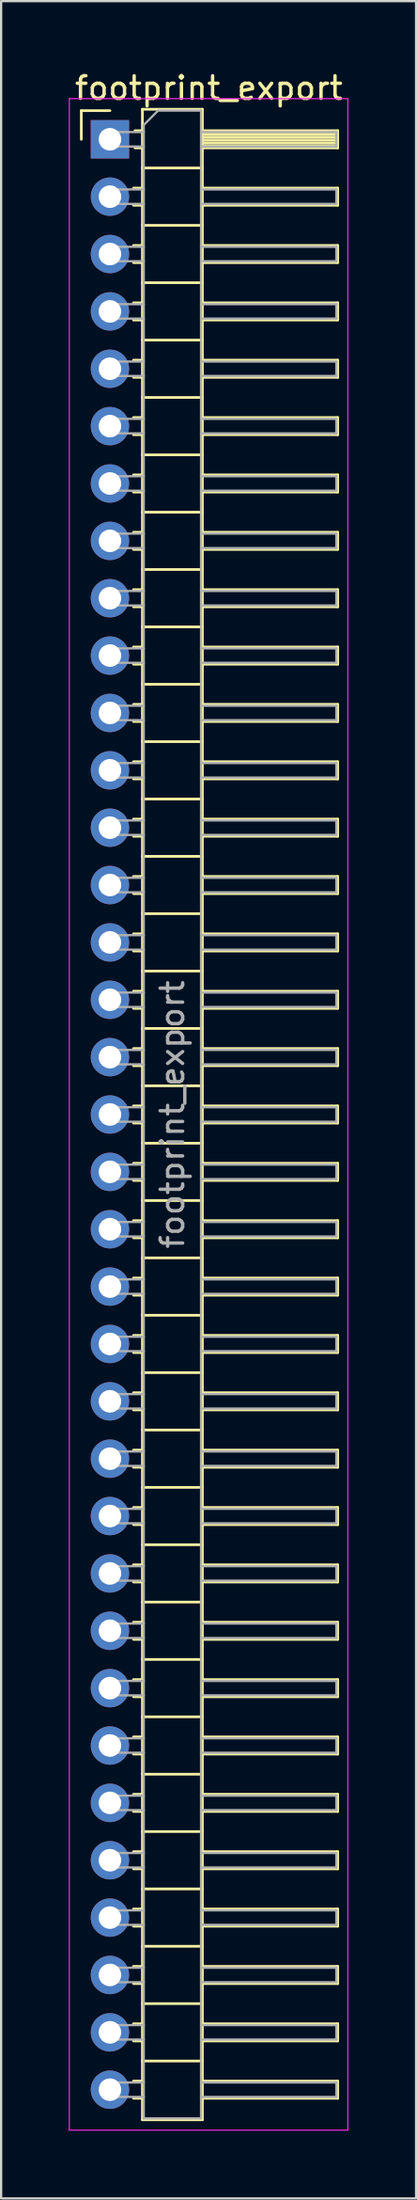
<source format=kicad_pcb>
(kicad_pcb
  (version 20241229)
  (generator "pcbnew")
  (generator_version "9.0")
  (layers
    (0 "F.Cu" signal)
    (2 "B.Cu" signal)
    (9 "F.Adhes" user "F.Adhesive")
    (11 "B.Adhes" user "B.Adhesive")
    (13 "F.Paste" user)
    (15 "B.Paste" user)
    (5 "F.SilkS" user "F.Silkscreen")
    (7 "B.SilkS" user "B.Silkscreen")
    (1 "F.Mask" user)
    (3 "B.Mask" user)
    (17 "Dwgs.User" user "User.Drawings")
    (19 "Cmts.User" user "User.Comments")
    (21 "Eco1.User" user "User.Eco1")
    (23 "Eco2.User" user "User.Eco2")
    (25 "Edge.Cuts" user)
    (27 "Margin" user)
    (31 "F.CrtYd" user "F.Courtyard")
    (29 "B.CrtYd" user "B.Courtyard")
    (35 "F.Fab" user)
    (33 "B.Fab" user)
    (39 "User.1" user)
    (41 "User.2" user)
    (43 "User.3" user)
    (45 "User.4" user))
  (footprint "footprint_export"
    (layer "F.Cu")
    (at 1.825 3.118)
    (property "Reference" "footprint_export" (at 4.385 -2.27 0) (layer "F.SilkS") (effects (font (size 1 1) (thickness 0.15))))
    (attr through_hole)
    (fp_line (start -1.27 -1.27) (end 0 -1.27) (stroke (width 0.12) (type solid)) (layer "F.SilkS"))
    (fp_line (start -1.27 0) (end -1.27 -1.27) (stroke (width 0.12) (type solid)) (layer "F.SilkS"))
    (fp_line (start 1.043 2.16) (end 1.44 2.16) (stroke (width 0.12) (type solid)) (layer "F.SilkS"))
    (fp_line (start 1.043 2.92) (end 1.44 2.92) (stroke (width 0.12) (type solid)) (layer "F.SilkS"))
    (fp_line (start 1.043 4.7) (end 1.44 4.7) (stroke (width 0.12) (type solid)) (layer "F.SilkS"))
    (fp_line (start 1.043 5.46) (end 1.44 5.46) (stroke (width 0.12) (type solid)) (layer "F.SilkS"))
    (fp_line (start 1.043 7.24) (end 1.44 7.24) (stroke (width 0.12) (type solid)) (layer "F.SilkS"))
    (fp_line (start 1.043 8) (end 1.44 8) (stroke (width 0.12) (type solid)) (layer "F.SilkS"))
    (fp_line (start 1.043 9.78) (end 1.44 9.78) (stroke (width 0.12) (type solid)) (layer "F.SilkS"))
    (fp_line (start 1.043 10.54) (end 1.44 10.54) (stroke (width 0.12) (type solid)) (layer "F.SilkS"))
    (fp_line (start 1.043 12.32) (end 1.44 12.32) (stroke (width 0.12) (type solid)) (layer "F.SilkS"))
    (fp_line (start 1.043 13.08) (end 1.44 13.08) (stroke (width 0.12) (type solid)) (layer "F.SilkS"))
    (fp_line (start 1.043 14.86) (end 1.44 14.86) (stroke (width 0.12) (type solid)) (layer "F.SilkS"))
    (fp_line (start 1.043 15.62) (end 1.44 15.62) (stroke (width 0.12) (type solid)) (layer "F.SilkS"))
    (fp_line (start 1.043 17.4) (end 1.44 17.4) (stroke (width 0.12) (type solid)) (layer "F.SilkS"))
    (fp_line (start 1.043 18.16) (end 1.44 18.16) (stroke (width 0.12) (type solid)) (layer "F.SilkS"))
    (fp_line (start 1.043 19.94) (end 1.44 19.94) (stroke (width 0.12) (type solid)) (layer "F.SilkS"))
    (fp_line (start 1.043 20.7) (end 1.44 20.7) (stroke (width 0.12) (type solid)) (layer "F.SilkS"))
    (fp_line (start 1.043 22.48) (end 1.44 22.48) (stroke (width 0.12) (type solid)) (layer "F.SilkS"))
    (fp_line (start 1.043 23.24) (end 1.44 23.24) (stroke (width 0.12) (type solid)) (layer "F.SilkS"))
    (fp_line (start 1.043 25.02) (end 1.44 25.02) (stroke (width 0.12) (type solid)) (layer "F.SilkS"))
    (fp_line (start 1.043 25.78) (end 1.44 25.78) (stroke (width 0.12) (type solid)) (layer "F.SilkS"))
    (fp_line (start 1.043 27.56) (end 1.44 27.56) (stroke (width 0.12) (type solid)) (layer "F.SilkS"))
    (fp_line (start 1.043 28.32) (end 1.44 28.32) (stroke (width 0.12) (type solid)) (layer "F.SilkS"))
    (fp_line (start 1.043 30.1) (end 1.44 30.1) (stroke (width 0.12) (type solid)) (layer "F.SilkS"))
    (fp_line (start 1.043 30.86) (end 1.44 30.86) (stroke (width 0.12) (type solid)) (layer "F.SilkS"))
    (fp_line (start 1.043 32.64) (end 1.44 32.64) (stroke (width 0.12) (type solid)) (layer "F.SilkS"))
    (fp_line (start 1.043 33.4) (end 1.44 33.4) (stroke (width 0.12) (type solid)) (layer "F.SilkS"))
    (fp_line (start 1.043 35.18) (end 1.44 35.18) (stroke (width 0.12) (type solid)) (layer "F.SilkS"))
    (fp_line (start 1.043 35.94) (end 1.44 35.94) (stroke (width 0.12) (type solid)) (layer "F.SilkS"))
    (fp_line (start 1.043 37.72) (end 1.44 37.72) (stroke (width 0.12) (type solid)) (layer "F.SilkS"))
    (fp_line (start 1.043 38.48) (end 1.44 38.48) (stroke (width 0.12) (type solid)) (layer "F.SilkS"))
    (fp_line (start 1.043 40.26) (end 1.44 40.26) (stroke (width 0.12) (type solid)) (layer "F.SilkS"))
    (fp_line (start 1.043 41.02) (end 1.44 41.02) (stroke (width 0.12) (type solid)) (layer "F.SilkS"))
    (fp_line (start 1.043 42.8) (end 1.44 42.8) (stroke (width 0.12) (type solid)) (layer "F.SilkS"))
    (fp_line (start 1.043 43.56) (end 1.44 43.56) (stroke (width 0.12) (type solid)) (layer "F.SilkS"))
    (fp_line (start 1.043 45.34) (end 1.44 45.34) (stroke (width 0.12) (type solid)) (layer "F.SilkS"))
    (fp_line (start 1.043 46.1) (end 1.44 46.1) (stroke (width 0.12) (type solid)) (layer "F.SilkS"))
    (fp_line (start 1.043 47.88) (end 1.44 47.88) (stroke (width 0.12) (type solid)) (layer "F.SilkS"))
    (fp_line (start 1.043 48.64) (end 1.44 48.64) (stroke (width 0.12) (type solid)) (layer "F.SilkS"))
    (fp_line (start 1.043 50.42) (end 1.44 50.42) (stroke (width 0.12) (type solid)) (layer "F.SilkS"))
    (fp_line (start 1.043 51.18) (end 1.44 51.18) (stroke (width 0.12) (type solid)) (layer "F.SilkS"))
    (fp_line (start 1.043 52.96) (end 1.44 52.96) (stroke (width 0.12) (type solid)) (layer "F.SilkS"))
    (fp_line (start 1.043 53.72) (end 1.44 53.72) (stroke (width 0.12) (type solid)) (layer "F.SilkS"))
    (fp_line (start 1.043 55.5) (end 1.44 55.5) (stroke (width 0.12) (type solid)) (layer "F.SilkS"))
    (fp_line (start 1.043 56.26) (end 1.44 56.26) (stroke (width 0.12) (type solid)) (layer "F.SilkS"))
    (fp_line (start 1.043 58.04) (end 1.44 58.04) (stroke (width 0.12) (type solid)) (layer "F.SilkS"))
    (fp_line (start 1.043 58.8) (end 1.44 58.8) (stroke (width 0.12) (type solid)) (layer "F.SilkS"))
    (fp_line (start 1.043 60.58) (end 1.44 60.58) (stroke (width 0.12) (type solid)) (layer "F.SilkS"))
    (fp_line (start 1.043 61.34) (end 1.44 61.34) (stroke (width 0.12) (type solid)) (layer "F.SilkS"))
    (fp_line (start 1.043 63.12) (end 1.44 63.12) (stroke (width 0.12) (type solid)) (layer "F.SilkS"))
    (fp_line (start 1.043 63.88) (end 1.44 63.88) (stroke (width 0.12) (type solid)) (layer "F.SilkS"))
    (fp_line (start 1.043 65.66) (end 1.44 65.66) (stroke (width 0.12) (type solid)) (layer "F.SilkS"))
    (fp_line (start 1.043 66.42) (end 1.44 66.42) (stroke (width 0.12) (type solid)) (layer "F.SilkS"))
    (fp_line (start 1.043 68.2) (end 1.44 68.2) (stroke (width 0.12) (type solid)) (layer "F.SilkS"))
    (fp_line (start 1.043 68.96) (end 1.44 68.96) (stroke (width 0.12) (type solid)) (layer "F.SilkS"))
    (fp_line (start 1.043 70.74) (end 1.44 70.74) (stroke (width 0.12) (type solid)) (layer "F.SilkS"))
    (fp_line (start 1.043 71.5) (end 1.44 71.5) (stroke (width 0.12) (type solid)) (layer "F.SilkS"))
    (fp_line (start 1.043 73.28) (end 1.44 73.28) (stroke (width 0.12) (type solid)) (layer "F.SilkS"))
    (fp_line (start 1.043 74.04) (end 1.44 74.04) (stroke (width 0.12) (type solid)) (layer "F.SilkS"))
    (fp_line (start 1.043 75.82) (end 1.44 75.82) (stroke (width 0.12) (type solid)) (layer "F.SilkS"))
    (fp_line (start 1.043 76.58) (end 1.44 76.58) (stroke (width 0.12) (type solid)) (layer "F.SilkS"))
    (fp_line (start 1.043 78.36) (end 1.44 78.36) (stroke (width 0.12) (type solid)) (layer "F.SilkS"))
    (fp_line (start 1.043 79.12) (end 1.44 79.12) (stroke (width 0.12) (type solid)) (layer "F.SilkS"))
    (fp_line (start 1.043 80.9) (end 1.44 80.9) (stroke (width 0.12) (type solid)) (layer "F.SilkS"))
    (fp_line (start 1.043 81.66) (end 1.44 81.66) (stroke (width 0.12) (type solid)) (layer "F.SilkS"))
    (fp_line (start 1.043 83.44) (end 1.44 83.44) (stroke (width 0.12) (type solid)) (layer "F.SilkS"))
    (fp_line (start 1.043 84.2) (end 1.44 84.2) (stroke (width 0.12) (type solid)) (layer "F.SilkS"))
    (fp_line (start 1.043 85.98) (end 1.44 85.98) (stroke (width 0.12) (type solid)) (layer "F.SilkS"))
    (fp_line (start 1.043 86.74) (end 1.44 86.74) (stroke (width 0.12) (type solid)) (layer "F.SilkS"))
    (fp_line (start 1.11 -0.38) (end 1.44 -0.38) (stroke (width 0.12) (type solid)) (layer "F.SilkS"))
    (fp_line (start 1.11 0.38) (end 1.44 0.38) (stroke (width 0.12) (type solid)) (layer "F.SilkS"))
    (fp_line (start 1.44 -1.33) (end 1.44 87.69) (stroke (width 0.12) (type solid)) (layer "F.SilkS"))
    (fp_line (start 1.44 1.27) (end 4.1 1.27) (stroke (width 0.12) (type solid)) (layer "F.SilkS"))
    (fp_line (start 1.44 3.81) (end 4.1 3.81) (stroke (width 0.12) (type solid)) (layer "F.SilkS"))
    (fp_line (start 1.44 6.35) (end 4.1 6.35) (stroke (width 0.12) (type solid)) (layer "F.SilkS"))
    (fp_line (start 1.44 8.89) (end 4.1 8.89) (stroke (width 0.12) (type solid)) (layer "F.SilkS"))
    (fp_line (start 1.44 11.43) (end 4.1 11.43) (stroke (width 0.12) (type solid)) (layer "F.SilkS"))
    (fp_line (start 1.44 13.97) (end 4.1 13.97) (stroke (width 0.12) (type solid)) (layer "F.SilkS"))
    (fp_line (start 1.44 16.51) (end 4.1 16.51) (stroke (width 0.12) (type solid)) (layer "F.SilkS"))
    (fp_line (start 1.44 19.05) (end 4.1 19.05) (stroke (width 0.12) (type solid)) (layer "F.SilkS"))
    (fp_line (start 1.44 21.59) (end 4.1 21.59) (stroke (width 0.12) (type solid)) (layer "F.SilkS"))
    (fp_line (start 1.44 24.13) (end 4.1 24.13) (stroke (width 0.12) (type solid)) (layer "F.SilkS"))
    (fp_line (start 1.44 26.67) (end 4.1 26.67) (stroke (width 0.12) (type solid)) (layer "F.SilkS"))
    (fp_line (start 1.44 29.21) (end 4.1 29.21) (stroke (width 0.12) (type solid)) (layer "F.SilkS"))
    (fp_line (start 1.44 31.75) (end 4.1 31.75) (stroke (width 0.12) (type solid)) (layer "F.SilkS"))
    (fp_line (start 1.44 34.29) (end 4.1 34.29) (stroke (width 0.12) (type solid)) (layer "F.SilkS"))
    (fp_line (start 1.44 36.83) (end 4.1 36.83) (stroke (width 0.12) (type solid)) (layer "F.SilkS"))
    (fp_line (start 1.44 39.37) (end 4.1 39.37) (stroke (width 0.12) (type solid)) (layer "F.SilkS"))
    (fp_line (start 1.44 41.91) (end 4.1 41.91) (stroke (width 0.12) (type solid)) (layer "F.SilkS"))
    (fp_line (start 1.44 44.45) (end 4.1 44.45) (stroke (width 0.12) (type solid)) (layer "F.SilkS"))
    (fp_line (start 1.44 46.99) (end 4.1 46.99) (stroke (width 0.12) (type solid)) (layer "F.SilkS"))
    (fp_line (start 1.44 49.53) (end 4.1 49.53) (stroke (width 0.12) (type solid)) (layer "F.SilkS"))
    (fp_line (start 1.44 52.07) (end 4.1 52.07) (stroke (width 0.12) (type solid)) (layer "F.SilkS"))
    (fp_line (start 1.44 54.61) (end 4.1 54.61) (stroke (width 0.12) (type solid)) (layer "F.SilkS"))
    (fp_line (start 1.44 57.15) (end 4.1 57.15) (stroke (width 0.12) (type solid)) (layer "F.SilkS"))
    (fp_line (start 1.44 59.69) (end 4.1 59.69) (stroke (width 0.12) (type solid)) (layer "F.SilkS"))
    (fp_line (start 1.44 62.23) (end 4.1 62.23) (stroke (width 0.12) (type solid)) (layer "F.SilkS"))
    (fp_line (start 1.44 64.77) (end 4.1 64.77) (stroke (width 0.12) (type solid)) (layer "F.SilkS"))
    (fp_line (start 1.44 67.31) (end 4.1 67.31) (stroke (width 0.12) (type solid)) (layer "F.SilkS"))
    (fp_line (start 1.44 69.85) (end 4.1 69.85) (stroke (width 0.12) (type solid)) (layer "F.SilkS"))
    (fp_line (start 1.44 72.39) (end 4.1 72.39) (stroke (width 0.12) (type solid)) (layer "F.SilkS"))
    (fp_line (start 1.44 74.93) (end 4.1 74.93) (stroke (width 0.12) (type solid)) (layer "F.SilkS"))
    (fp_line (start 1.44 77.47) (end 4.1 77.47) (stroke (width 0.12) (type solid)) (layer "F.SilkS"))
    (fp_line (start 1.44 80.01) (end 4.1 80.01) (stroke (width 0.12) (type solid)) (layer "F.SilkS"))
    (fp_line (start 1.44 82.55) (end 4.1 82.55) (stroke (width 0.12) (type solid)) (layer "F.SilkS"))
    (fp_line (start 1.44 85.09) (end 4.1 85.09) (stroke (width 0.12) (type solid)) (layer "F.SilkS"))
    (fp_line (start 1.44 87.69) (end 4.1 87.69) (stroke (width 0.12) (type solid)) (layer "F.SilkS"))
    (fp_line (start 4.1 -1.33) (end 1.44 -1.33) (stroke (width 0.12) (type solid)) (layer "F.SilkS"))
    (fp_line (start 4.1 -0.38) (end 10.1 -0.38) (stroke (width 0.12) (type solid)) (layer "F.SilkS"))
    (fp_line (start 4.1 -0.32) (end 10.1 -0.32) (stroke (width 0.12) (type solid)) (layer "F.SilkS"))
    (fp_line (start 4.1 -0.2) (end 10.1 -0.2) (stroke (width 0.12) (type solid)) (layer "F.SilkS"))
    (fp_line (start 4.1 -0.08) (end 10.1 -0.08) (stroke (width 0.12) (type solid)) (layer "F.SilkS"))
    (fp_line (start 4.1 0.04) (end 10.1 0.04) (stroke (width 0.12) (type solid)) (layer "F.SilkS"))
    (fp_line (start 4.1 0.16) (end 10.1 0.16) (stroke (width 0.12) (type solid)) (layer "F.SilkS"))
    (fp_line (start 4.1 0.28) (end 10.1 0.28) (stroke (width 0.12) (type solid)) (layer "F.SilkS"))
    (fp_line (start 4.1 2.16) (end 10.1 2.16) (stroke (width 0.12) (type solid)) (layer "F.SilkS"))
    (fp_line (start 4.1 4.7) (end 10.1 4.7) (stroke (width 0.12) (type solid)) (layer "F.SilkS"))
    (fp_line (start 4.1 7.24) (end 10.1 7.24) (stroke (width 0.12) (type solid)) (layer "F.SilkS"))
    (fp_line (start 4.1 9.78) (end 10.1 9.78) (stroke (width 0.12) (type solid)) (layer "F.SilkS"))
    (fp_line (start 4.1 12.32) (end 10.1 12.32) (stroke (width 0.12) (type solid)) (layer "F.SilkS"))
    (fp_line (start 4.1 14.86) (end 10.1 14.86) (stroke (width 0.12) (type solid)) (layer "F.SilkS"))
    (fp_line (start 4.1 17.4) (end 10.1 17.4) (stroke (width 0.12) (type solid)) (layer "F.SilkS"))
    (fp_line (start 4.1 19.94) (end 10.1 19.94) (stroke (width 0.12) (type solid)) (layer "F.SilkS"))
    (fp_line (start 4.1 22.48) (end 10.1 22.48) (stroke (width 0.12) (type solid)) (layer "F.SilkS"))
    (fp_line (start 4.1 25.02) (end 10.1 25.02) (stroke (width 0.12) (type solid)) (layer "F.SilkS"))
    (fp_line (start 4.1 27.56) (end 10.1 27.56) (stroke (width 0.12) (type solid)) (layer "F.SilkS"))
    (fp_line (start 4.1 30.1) (end 10.1 30.1) (stroke (width 0.12) (type solid)) (layer "F.SilkS"))
    (fp_line (start 4.1 32.64) (end 10.1 32.64) (stroke (width 0.12) (type solid)) (layer "F.SilkS"))
    (fp_line (start 4.1 35.18) (end 10.1 35.18) (stroke (width 0.12) (type solid)) (layer "F.SilkS"))
    (fp_line (start 4.1 37.72) (end 10.1 37.72) (stroke (width 0.12) (type solid)) (layer "F.SilkS"))
    (fp_line (start 4.1 40.26) (end 10.1 40.26) (stroke (width 0.12) (type solid)) (layer "F.SilkS"))
    (fp_line (start 4.1 42.8) (end 10.1 42.8) (stroke (width 0.12) (type solid)) (layer "F.SilkS"))
    (fp_line (start 4.1 45.34) (end 10.1 45.34) (stroke (width 0.12) (type solid)) (layer "F.SilkS"))
    (fp_line (start 4.1 47.88) (end 10.1 47.88) (stroke (width 0.12) (type solid)) (layer "F.SilkS"))
    (fp_line (start 4.1 50.42) (end 10.1 50.42) (stroke (width 0.12) (type solid)) (layer "F.SilkS"))
    (fp_line (start 4.1 52.96) (end 10.1 52.96) (stroke (width 0.12) (type solid)) (layer "F.SilkS"))
    (fp_line (start 4.1 55.5) (end 10.1 55.5) (stroke (width 0.12) (type solid)) (layer "F.SilkS"))
    (fp_line (start 4.1 58.04) (end 10.1 58.04) (stroke (width 0.12) (type solid)) (layer "F.SilkS"))
    (fp_line (start 4.1 60.58) (end 10.1 60.58) (stroke (width 0.12) (type solid)) (layer "F.SilkS"))
    (fp_line (start 4.1 63.12) (end 10.1 63.12) (stroke (width 0.12) (type solid)) (layer "F.SilkS"))
    (fp_line (start 4.1 65.66) (end 10.1 65.66) (stroke (width 0.12) (type solid)) (layer "F.SilkS"))
    (fp_line (start 4.1 68.2) (end 10.1 68.2) (stroke (width 0.12) (type solid)) (layer "F.SilkS"))
    (fp_line (start 4.1 70.74) (end 10.1 70.74) (stroke (width 0.12) (type solid)) (layer "F.SilkS"))
    (fp_line (start 4.1 73.28) (end 10.1 73.28) (stroke (width 0.12) (type solid)) (layer "F.SilkS"))
    (fp_line (start 4.1 75.82) (end 10.1 75.82) (stroke (width 0.12) (type solid)) (layer "F.SilkS"))
    (fp_line (start 4.1 78.36) (end 10.1 78.36) (stroke (width 0.12) (type solid)) (layer "F.SilkS"))
    (fp_line (start 4.1 80.9) (end 10.1 80.9) (stroke (width 0.12) (type solid)) (layer "F.SilkS"))
    (fp_line (start 4.1 83.44) (end 10.1 83.44) (stroke (width 0.12) (type solid)) (layer "F.SilkS"))
    (fp_line (start 4.1 85.98) (end 10.1 85.98) (stroke (width 0.12) (type solid)) (layer "F.SilkS"))
    (fp_line (start 4.1 87.69) (end 4.1 -1.33) (stroke (width 0.12) (type solid)) (layer "F.SilkS"))
    (fp_line (start 10.1 -0.38) (end 10.1 0.38) (stroke (width 0.12) (type solid)) (layer "F.SilkS"))
    (fp_line (start 10.1 0.38) (end 4.1 0.38) (stroke (width 0.12) (type solid)) (layer "F.SilkS"))
    (fp_line (start 10.1 2.16) (end 10.1 2.92) (stroke (width 0.12) (type solid)) (layer "F.SilkS"))
    (fp_line (start 10.1 2.92) (end 4.1 2.92) (stroke (width 0.12) (type solid)) (layer "F.SilkS"))
    (fp_line (start 10.1 4.7) (end 10.1 5.46) (stroke (width 0.12) (type solid)) (layer "F.SilkS"))
    (fp_line (start 10.1 5.46) (end 4.1 5.46) (stroke (width 0.12) (type solid)) (layer "F.SilkS"))
    (fp_line (start 10.1 7.24) (end 10.1 8) (stroke (width 0.12) (type solid)) (layer "F.SilkS"))
    (fp_line (start 10.1 8) (end 4.1 8) (stroke (width 0.12) (type solid)) (layer "F.SilkS"))
    (fp_line (start 10.1 9.78) (end 10.1 10.54) (stroke (width 0.12) (type solid)) (layer "F.SilkS"))
    (fp_line (start 10.1 10.54) (end 4.1 10.54) (stroke (width 0.12) (type solid)) (layer "F.SilkS"))
    (fp_line (start 10.1 12.32) (end 10.1 13.08) (stroke (width 0.12) (type solid)) (layer "F.SilkS"))
    (fp_line (start 10.1 13.08) (end 4.1 13.08) (stroke (width 0.12) (type solid)) (layer "F.SilkS"))
    (fp_line (start 10.1 14.86) (end 10.1 15.62) (stroke (width 0.12) (type solid)) (layer "F.SilkS"))
    (fp_line (start 10.1 15.62) (end 4.1 15.62) (stroke (width 0.12) (type solid)) (layer "F.SilkS"))
    (fp_line (start 10.1 17.4) (end 10.1 18.16) (stroke (width 0.12) (type solid)) (layer "F.SilkS"))
    (fp_line (start 10.1 18.16) (end 4.1 18.16) (stroke (width 0.12) (type solid)) (layer "F.SilkS"))
    (fp_line (start 10.1 19.94) (end 10.1 20.7) (stroke (width 0.12) (type solid)) (layer "F.SilkS"))
    (fp_line (start 10.1 20.7) (end 4.1 20.7) (stroke (width 0.12) (type solid)) (layer "F.SilkS"))
    (fp_line (start 10.1 22.48) (end 10.1 23.24) (stroke (width 0.12) (type solid)) (layer "F.SilkS"))
    (fp_line (start 10.1 23.24) (end 4.1 23.24) (stroke (width 0.12) (type solid)) (layer "F.SilkS"))
    (fp_line (start 10.1 25.02) (end 10.1 25.78) (stroke (width 0.12) (type solid)) (layer "F.SilkS"))
    (fp_line (start 10.1 25.78) (end 4.1 25.78) (stroke (width 0.12) (type solid)) (layer "F.SilkS"))
    (fp_line (start 10.1 27.56) (end 10.1 28.32) (stroke (width 0.12) (type solid)) (layer "F.SilkS"))
    (fp_line (start 10.1 28.32) (end 4.1 28.32) (stroke (width 0.12) (type solid)) (layer "F.SilkS"))
    (fp_line (start 10.1 30.1) (end 10.1 30.86) (stroke (width 0.12) (type solid)) (layer "F.SilkS"))
    (fp_line (start 10.1 30.86) (end 4.1 30.86) (stroke (width 0.12) (type solid)) (layer "F.SilkS"))
    (fp_line (start 10.1 32.64) (end 10.1 33.4) (stroke (width 0.12) (type solid)) (layer "F.SilkS"))
    (fp_line (start 10.1 33.4) (end 4.1 33.4) (stroke (width 0.12) (type solid)) (layer "F.SilkS"))
    (fp_line (start 10.1 35.18) (end 10.1 35.94) (stroke (width 0.12) (type solid)) (layer "F.SilkS"))
    (fp_line (start 10.1 35.94) (end 4.1 35.94) (stroke (width 0.12) (type solid)) (layer "F.SilkS"))
    (fp_line (start 10.1 37.72) (end 10.1 38.48) (stroke (width 0.12) (type solid)) (layer "F.SilkS"))
    (fp_line (start 10.1 38.48) (end 4.1 38.48) (stroke (width 0.12) (type solid)) (layer "F.SilkS"))
    (fp_line (start 10.1 40.26) (end 10.1 41.02) (stroke (width 0.12) (type solid)) (layer "F.SilkS"))
    (fp_line (start 10.1 41.02) (end 4.1 41.02) (stroke (width 0.12) (type solid)) (layer "F.SilkS"))
    (fp_line (start 10.1 42.8) (end 10.1 43.56) (stroke (width 0.12) (type solid)) (layer "F.SilkS"))
    (fp_line (start 10.1 43.56) (end 4.1 43.56) (stroke (width 0.12) (type solid)) (layer "F.SilkS"))
    (fp_line (start 10.1 45.34) (end 10.1 46.1) (stroke (width 0.12) (type solid)) (layer "F.SilkS"))
    (fp_line (start 10.1 46.1) (end 4.1 46.1) (stroke (width 0.12) (type solid)) (layer "F.SilkS"))
    (fp_line (start 10.1 47.88) (end 10.1 48.64) (stroke (width 0.12) (type solid)) (layer "F.SilkS"))
    (fp_line (start 10.1 48.64) (end 4.1 48.64) (stroke (width 0.12) (type solid)) (layer "F.SilkS"))
    (fp_line (start 10.1 50.42) (end 10.1 51.18) (stroke (width 0.12) (type solid)) (layer "F.SilkS"))
    (fp_line (start 10.1 51.18) (end 4.1 51.18) (stroke (width 0.12) (type solid)) (layer "F.SilkS"))
    (fp_line (start 10.1 52.96) (end 10.1 53.72) (stroke (width 0.12) (type solid)) (layer "F.SilkS"))
    (fp_line (start 10.1 53.72) (end 4.1 53.72) (stroke (width 0.12) (type solid)) (layer "F.SilkS"))
    (fp_line (start 10.1 55.5) (end 10.1 56.26) (stroke (width 0.12) (type solid)) (layer "F.SilkS"))
    (fp_line (start 10.1 56.26) (end 4.1 56.26) (stroke (width 0.12) (type solid)) (layer "F.SilkS"))
    (fp_line (start 10.1 58.04) (end 10.1 58.8) (stroke (width 0.12) (type solid)) (layer "F.SilkS"))
    (fp_line (start 10.1 58.8) (end 4.1 58.8) (stroke (width 0.12) (type solid)) (layer "F.SilkS"))
    (fp_line (start 10.1 60.58) (end 10.1 61.34) (stroke (width 0.12) (type solid)) (layer "F.SilkS"))
    (fp_line (start 10.1 61.34) (end 4.1 61.34) (stroke (width 0.12) (type solid)) (layer "F.SilkS"))
    (fp_line (start 10.1 63.12) (end 10.1 63.88) (stroke (width 0.12) (type solid)) (layer "F.SilkS"))
    (fp_line (start 10.1 63.88) (end 4.1 63.88) (stroke (width 0.12) (type solid)) (layer "F.SilkS"))
    (fp_line (start 10.1 65.66) (end 10.1 66.42) (stroke (width 0.12) (type solid)) (layer "F.SilkS"))
    (fp_line (start 10.1 66.42) (end 4.1 66.42) (stroke (width 0.12) (type solid)) (layer "F.SilkS"))
    (fp_line (start 10.1 68.2) (end 10.1 68.96) (stroke (width 0.12) (type solid)) (layer "F.SilkS"))
    (fp_line (start 10.1 68.96) (end 4.1 68.96) (stroke (width 0.12) (type solid)) (layer "F.SilkS"))
    (fp_line (start 10.1 70.74) (end 10.1 71.5) (stroke (width 0.12) (type solid)) (layer "F.SilkS"))
    (fp_line (start 10.1 71.5) (end 4.1 71.5) (stroke (width 0.12) (type solid)) (layer "F.SilkS"))
    (fp_line (start 10.1 73.28) (end 10.1 74.04) (stroke (width 0.12) (type solid)) (layer "F.SilkS"))
    (fp_line (start 10.1 74.04) (end 4.1 74.04) (stroke (width 0.12) (type solid)) (layer "F.SilkS"))
    (fp_line (start 10.1 75.82) (end 10.1 76.58) (stroke (width 0.12) (type solid)) (layer "F.SilkS"))
    (fp_line (start 10.1 76.58) (end 4.1 76.58) (stroke (width 0.12) (type solid)) (layer "F.SilkS"))
    (fp_line (start 10.1 78.36) (end 10.1 79.12) (stroke (width 0.12) (type solid)) (layer "F.SilkS"))
    (fp_line (start 10.1 79.12) (end 4.1 79.12) (stroke (width 0.12) (type solid)) (layer "F.SilkS"))
    (fp_line (start 10.1 80.9) (end 10.1 81.66) (stroke (width 0.12) (type solid)) (layer "F.SilkS"))
    (fp_line (start 10.1 81.66) (end 4.1 81.66) (stroke (width 0.12) (type solid)) (layer "F.SilkS"))
    (fp_line (start 10.1 83.44) (end 10.1 84.2) (stroke (width 0.12) (type solid)) (layer "F.SilkS"))
    (fp_line (start 10.1 84.2) (end 4.1 84.2) (stroke (width 0.12) (type solid)) (layer "F.SilkS"))
    (fp_line (start 10.1 85.98) (end 10.1 86.74) (stroke (width 0.12) (type solid)) (layer "F.SilkS"))
    (fp_line (start 10.1 86.74) (end 4.1 86.74) (stroke (width 0.12) (type solid)) (layer "F.SilkS"))
    (fp_line (start -1.8 -1.8) (end -1.8 88.15) (stroke (width 0.05) (type solid)) (layer "F.CrtYd"))
    (fp_line (start -1.8 88.15) (end 10.55 88.15) (stroke (width 0.05) (type solid)) (layer "F.CrtYd"))
    (fp_line (start 10.55 -1.8) (end -1.8 -1.8) (stroke (width 0.05) (type solid)) (layer "F.CrtYd"))
    (fp_line (start 10.55 88.15) (end 10.55 -1.8) (stroke (width 0.05) (type solid)) (layer "F.CrtYd"))
    (fp_line (start -0.32 -0.32) (end -0.32 0.32) (stroke (width 0.1) (type solid)) (layer "F.Fab"))
    (fp_line (start -0.32 -0.32) (end 1.5 -0.32) (stroke (width 0.1) (type solid)) (layer "F.Fab"))
    (fp_line (start -0.32 0.32) (end 1.5 0.32) (stroke (width 0.1) (type solid)) (layer "F.Fab"))
    (fp_line (start -0.32 2.22) (end -0.32 2.86) (stroke (width 0.1) (type solid)) (layer "F.Fab"))
    (fp_line (start -0.32 2.22) (end 1.5 2.22) (stroke (width 0.1) (type solid)) (layer "F.Fab"))
    (fp_line (start -0.32 2.86) (end 1.5 2.86) (stroke (width 0.1) (type solid)) (layer "F.Fab"))
    (fp_line (start -0.32 4.76) (end -0.32 5.4) (stroke (width 0.1) (type solid)) (layer "F.Fab"))
    (fp_line (start -0.32 4.76) (end 1.5 4.76) (stroke (width 0.1) (type solid)) (layer "F.Fab"))
    (fp_line (start -0.32 5.4) (end 1.5 5.4) (stroke (width 0.1) (type solid)) (layer "F.Fab"))
    (fp_line (start -0.32 7.3) (end -0.32 7.94) (stroke (width 0.1) (type solid)) (layer "F.Fab"))
    (fp_line (start -0.32 7.3) (end 1.5 7.3) (stroke (width 0.1) (type solid)) (layer "F.Fab"))
    (fp_line (start -0.32 7.94) (end 1.5 7.94) (stroke (width 0.1) (type solid)) (layer "F.Fab"))
    (fp_line (start -0.32 9.84) (end -0.32 10.48) (stroke (width 0.1) (type solid)) (layer "F.Fab"))
    (fp_line (start -0.32 9.84) (end 1.5 9.84) (stroke (width 0.1) (type solid)) (layer "F.Fab"))
    (fp_line (start -0.32 10.48) (end 1.5 10.48) (stroke (width 0.1) (type solid)) (layer "F.Fab"))
    (fp_line (start -0.32 12.38) (end -0.32 13.02) (stroke (width 0.1) (type solid)) (layer "F.Fab"))
    (fp_line (start -0.32 12.38) (end 1.5 12.38) (stroke (width 0.1) (type solid)) (layer "F.Fab"))
    (fp_line (start -0.32 13.02) (end 1.5 13.02) (stroke (width 0.1) (type solid)) (layer "F.Fab"))
    (fp_line (start -0.32 14.92) (end -0.32 15.56) (stroke (width 0.1) (type solid)) (layer "F.Fab"))
    (fp_line (start -0.32 14.92) (end 1.5 14.92) (stroke (width 0.1) (type solid)) (layer "F.Fab"))
    (fp_line (start -0.32 15.56) (end 1.5 15.56) (stroke (width 0.1) (type solid)) (layer "F.Fab"))
    (fp_line (start -0.32 17.46) (end -0.32 18.1) (stroke (width 0.1) (type solid)) (layer "F.Fab"))
    (fp_line (start -0.32 17.46) (end 1.5 17.46) (stroke (width 0.1) (type solid)) (layer "F.Fab"))
    (fp_line (start -0.32 18.1) (end 1.5 18.1) (stroke (width 0.1) (type solid)) (layer "F.Fab"))
    (fp_line (start -0.32 20) (end -0.32 20.64) (stroke (width 0.1) (type solid)) (layer "F.Fab"))
    (fp_line (start -0.32 20) (end 1.5 20) (stroke (width 0.1) (type solid)) (layer "F.Fab"))
    (fp_line (start -0.32 20.64) (end 1.5 20.64) (stroke (width 0.1) (type solid)) (layer "F.Fab"))
    (fp_line (start -0.32 22.54) (end -0.32 23.18) (stroke (width 0.1) (type solid)) (layer "F.Fab"))
    (fp_line (start -0.32 22.54) (end 1.5 22.54) (stroke (width 0.1) (type solid)) (layer "F.Fab"))
    (fp_line (start -0.32 23.18) (end 1.5 23.18) (stroke (width 0.1) (type solid)) (layer "F.Fab"))
    (fp_line (start -0.32 25.08) (end -0.32 25.72) (stroke (width 0.1) (type solid)) (layer "F.Fab"))
    (fp_line (start -0.32 25.08) (end 1.5 25.08) (stroke (width 0.1) (type solid)) (layer "F.Fab"))
    (fp_line (start -0.32 25.72) (end 1.5 25.72) (stroke (width 0.1) (type solid)) (layer "F.Fab"))
    (fp_line (start -0.32 27.62) (end -0.32 28.26) (stroke (width 0.1) (type solid)) (layer "F.Fab"))
    (fp_line (start -0.32 27.62) (end 1.5 27.62) (stroke (width 0.1) (type solid)) (layer "F.Fab"))
    (fp_line (start -0.32 28.26) (end 1.5 28.26) (stroke (width 0.1) (type solid)) (layer "F.Fab"))
    (fp_line (start -0.32 30.16) (end -0.32 30.8) (stroke (width 0.1) (type solid)) (layer "F.Fab"))
    (fp_line (start -0.32 30.16) (end 1.5 30.16) (stroke (width 0.1) (type solid)) (layer "F.Fab"))
    (fp_line (start -0.32 30.8) (end 1.5 30.8) (stroke (width 0.1) (type solid)) (layer "F.Fab"))
    (fp_line (start -0.32 32.7) (end -0.32 33.34) (stroke (width 0.1) (type solid)) (layer "F.Fab"))
    (fp_line (start -0.32 32.7) (end 1.5 32.7) (stroke (width 0.1) (type solid)) (layer "F.Fab"))
    (fp_line (start -0.32 33.34) (end 1.5 33.34) (stroke (width 0.1) (type solid)) (layer "F.Fab"))
    (fp_line (start -0.32 35.24) (end -0.32 35.88) (stroke (width 0.1) (type solid)) (layer "F.Fab"))
    (fp_line (start -0.32 35.24) (end 1.5 35.24) (stroke (width 0.1) (type solid)) (layer "F.Fab"))
    (fp_line (start -0.32 35.88) (end 1.5 35.88) (stroke (width 0.1) (type solid)) (layer "F.Fab"))
    (fp_line (start -0.32 37.78) (end -0.32 38.42) (stroke (width 0.1) (type solid)) (layer "F.Fab"))
    (fp_line (start -0.32 37.78) (end 1.5 37.78) (stroke (width 0.1) (type solid)) (layer "F.Fab"))
    (fp_line (start -0.32 38.42) (end 1.5 38.42) (stroke (width 0.1) (type solid)) (layer "F.Fab"))
    (fp_line (start -0.32 40.32) (end -0.32 40.96) (stroke (width 0.1) (type solid)) (layer "F.Fab"))
    (fp_line (start -0.32 40.32) (end 1.5 40.32) (stroke (width 0.1) (type solid)) (layer "F.Fab"))
    (fp_line (start -0.32 40.96) (end 1.5 40.96) (stroke (width 0.1) (type solid)) (layer "F.Fab"))
    (fp_line (start -0.32 42.86) (end -0.32 43.5) (stroke (width 0.1) (type solid)) (layer "F.Fab"))
    (fp_line (start -0.32 42.86) (end 1.5 42.86) (stroke (width 0.1) (type solid)) (layer "F.Fab"))
    (fp_line (start -0.32 43.5) (end 1.5 43.5) (stroke (width 0.1) (type solid)) (layer "F.Fab"))
    (fp_line (start -0.32 45.4) (end -0.32 46.04) (stroke (width 0.1) (type solid)) (layer "F.Fab"))
    (fp_line (start -0.32 45.4) (end 1.5 45.4) (stroke (width 0.1) (type solid)) (layer "F.Fab"))
    (fp_line (start -0.32 46.04) (end 1.5 46.04) (stroke (width 0.1) (type solid)) (layer "F.Fab"))
    (fp_line (start -0.32 47.94) (end -0.32 48.58) (stroke (width 0.1) (type solid)) (layer "F.Fab"))
    (fp_line (start -0.32 47.94) (end 1.5 47.94) (stroke (width 0.1) (type solid)) (layer "F.Fab"))
    (fp_line (start -0.32 48.58) (end 1.5 48.58) (stroke (width 0.1) (type solid)) (layer "F.Fab"))
    (fp_line (start -0.32 50.48) (end -0.32 51.12) (stroke (width 0.1) (type solid)) (layer "F.Fab"))
    (fp_line (start -0.32 50.48) (end 1.5 50.48) (stroke (width 0.1) (type solid)) (layer "F.Fab"))
    (fp_line (start -0.32 51.12) (end 1.5 51.12) (stroke (width 0.1) (type solid)) (layer "F.Fab"))
    (fp_line (start -0.32 53.02) (end -0.32 53.66) (stroke (width 0.1) (type solid)) (layer "F.Fab"))
    (fp_line (start -0.32 53.02) (end 1.5 53.02) (stroke (width 0.1) (type solid)) (layer "F.Fab"))
    (fp_line (start -0.32 53.66) (end 1.5 53.66) (stroke (width 0.1) (type solid)) (layer "F.Fab"))
    (fp_line (start -0.32 55.56) (end -0.32 56.2) (stroke (width 0.1) (type solid)) (layer "F.Fab"))
    (fp_line (start -0.32 55.56) (end 1.5 55.56) (stroke (width 0.1) (type solid)) (layer "F.Fab"))
    (fp_line (start -0.32 56.2) (end 1.5 56.2) (stroke (width 0.1) (type solid)) (layer "F.Fab"))
    (fp_line (start -0.32 58.1) (end -0.32 58.74) (stroke (width 0.1) (type solid)) (layer "F.Fab"))
    (fp_line (start -0.32 58.1) (end 1.5 58.1) (stroke (width 0.1) (type solid)) (layer "F.Fab"))
    (fp_line (start -0.32 58.74) (end 1.5 58.74) (stroke (width 0.1) (type solid)) (layer "F.Fab"))
    (fp_line (start -0.32 60.64) (end -0.32 61.28) (stroke (width 0.1) (type solid)) (layer "F.Fab"))
    (fp_line (start -0.32 60.64) (end 1.5 60.64) (stroke (width 0.1) (type solid)) (layer "F.Fab"))
    (fp_line (start -0.32 61.28) (end 1.5 61.28) (stroke (width 0.1) (type solid)) (layer "F.Fab"))
    (fp_line (start -0.32 63.18) (end -0.32 63.82) (stroke (width 0.1) (type solid)) (layer "F.Fab"))
    (fp_line (start -0.32 63.18) (end 1.5 63.18) (stroke (width 0.1) (type solid)) (layer "F.Fab"))
    (fp_line (start -0.32 63.82) (end 1.5 63.82) (stroke (width 0.1) (type solid)) (layer "F.Fab"))
    (fp_line (start -0.32 65.72) (end -0.32 66.36) (stroke (width 0.1) (type solid)) (layer "F.Fab"))
    (fp_line (start -0.32 65.72) (end 1.5 65.72) (stroke (width 0.1) (type solid)) (layer "F.Fab"))
    (fp_line (start -0.32 66.36) (end 1.5 66.36) (stroke (width 0.1) (type solid)) (layer "F.Fab"))
    (fp_line (start -0.32 68.26) (end -0.32 68.9) (stroke (width 0.1) (type solid)) (layer "F.Fab"))
    (fp_line (start -0.32 68.26) (end 1.5 68.26) (stroke (width 0.1) (type solid)) (layer "F.Fab"))
    (fp_line (start -0.32 68.9) (end 1.5 68.9) (stroke (width 0.1) (type solid)) (layer "F.Fab"))
    (fp_line (start -0.32 70.8) (end -0.32 71.44) (stroke (width 0.1) (type solid)) (layer "F.Fab"))
    (fp_line (start -0.32 70.8) (end 1.5 70.8) (stroke (width 0.1) (type solid)) (layer "F.Fab"))
    (fp_line (start -0.32 71.44) (end 1.5 71.44) (stroke (width 0.1) (type solid)) (layer "F.Fab"))
    (fp_line (start -0.32 73.34) (end -0.32 73.98) (stroke (width 0.1) (type solid)) (layer "F.Fab"))
    (fp_line (start -0.32 73.34) (end 1.5 73.34) (stroke (width 0.1) (type solid)) (layer "F.Fab"))
    (fp_line (start -0.32 73.98) (end 1.5 73.98) (stroke (width 0.1) (type solid)) (layer "F.Fab"))
    (fp_line (start -0.32 75.88) (end -0.32 76.52) (stroke (width 0.1) (type solid)) (layer "F.Fab"))
    (fp_line (start -0.32 75.88) (end 1.5 75.88) (stroke (width 0.1) (type solid)) (layer "F.Fab"))
    (fp_line (start -0.32 76.52) (end 1.5 76.52) (stroke (width 0.1) (type solid)) (layer "F.Fab"))
    (fp_line (start -0.32 78.42) (end -0.32 79.06) (stroke (width 0.1) (type solid)) (layer "F.Fab"))
    (fp_line (start -0.32 78.42) (end 1.5 78.42) (stroke (width 0.1) (type solid)) (layer "F.Fab"))
    (fp_line (start -0.32 79.06) (end 1.5 79.06) (stroke (width 0.1) (type solid)) (layer "F.Fab"))
    (fp_line (start -0.32 80.96) (end -0.32 81.6) (stroke (width 0.1) (type solid)) (layer "F.Fab"))
    (fp_line (start -0.32 80.96) (end 1.5 80.96) (stroke (width 0.1) (type solid)) (layer "F.Fab"))
    (fp_line (start -0.32 81.6) (end 1.5 81.6) (stroke (width 0.1) (type solid)) (layer "F.Fab"))
    (fp_line (start -0.32 83.5) (end -0.32 84.14) (stroke (width 0.1) (type solid)) (layer "F.Fab"))
    (fp_line (start -0.32 83.5) (end 1.5 83.5) (stroke (width 0.1) (type solid)) (layer "F.Fab"))
    (fp_line (start -0.32 84.14) (end 1.5 84.14) (stroke (width 0.1) (type solid)) (layer "F.Fab"))
    (fp_line (start -0.32 86.04) (end -0.32 86.68) (stroke (width 0.1) (type solid)) (layer "F.Fab"))
    (fp_line (start -0.32 86.04) (end 1.5 86.04) (stroke (width 0.1) (type solid)) (layer "F.Fab"))
    (fp_line (start -0.32 86.68) (end 1.5 86.68) (stroke (width 0.1) (type solid)) (layer "F.Fab"))
    (fp_line (start 1.5 -0.635) (end 2.135 -1.27) (stroke (width 0.1) (type solid)) (layer "F.Fab"))
    (fp_line (start 1.5 87.63) (end 1.5 -0.635) (stroke (width 0.1) (type solid)) (layer "F.Fab"))
    (fp_line (start 2.135 -1.27) (end 4.04 -1.27) (stroke (width 0.1) (type solid)) (layer "F.Fab"))
    (fp_line (start 4.04 -1.27) (end 4.04 87.63) (stroke (width 0.1) (type solid)) (layer "F.Fab"))
    (fp_line (start 4.04 -0.32) (end 10.04 -0.32) (stroke (width 0.1) (type solid)) (layer "F.Fab"))
    (fp_line (start 4.04 0.32) (end 10.04 0.32) (stroke (width 0.1) (type solid)) (layer "F.Fab"))
    (fp_line (start 4.04 2.22) (end 10.04 2.22) (stroke (width 0.1) (type solid)) (layer "F.Fab"))
    (fp_line (start 4.04 2.86) (end 10.04 2.86) (stroke (width 0.1) (type solid)) (layer "F.Fab"))
    (fp_line (start 4.04 4.76) (end 10.04 4.76) (stroke (width 0.1) (type solid)) (layer "F.Fab"))
    (fp_line (start 4.04 5.4) (end 10.04 5.4) (stroke (width 0.1) (type solid)) (layer "F.Fab"))
    (fp_line (start 4.04 7.3) (end 10.04 7.3) (stroke (width 0.1) (type solid)) (layer "F.Fab"))
    (fp_line (start 4.04 7.94) (end 10.04 7.94) (stroke (width 0.1) (type solid)) (layer "F.Fab"))
    (fp_line (start 4.04 9.84) (end 10.04 9.84) (stroke (width 0.1) (type solid)) (layer "F.Fab"))
    (fp_line (start 4.04 10.48) (end 10.04 10.48) (stroke (width 0.1) (type solid)) (layer "F.Fab"))
    (fp_line (start 4.04 12.38) (end 10.04 12.38) (stroke (width 0.1) (type solid)) (layer "F.Fab"))
    (fp_line (start 4.04 13.02) (end 10.04 13.02) (stroke (width 0.1) (type solid)) (layer "F.Fab"))
    (fp_line (start 4.04 14.92) (end 10.04 14.92) (stroke (width 0.1) (type solid)) (layer "F.Fab"))
    (fp_line (start 4.04 15.56) (end 10.04 15.56) (stroke (width 0.1) (type solid)) (layer "F.Fab"))
    (fp_line (start 4.04 17.46) (end 10.04 17.46) (stroke (width 0.1) (type solid)) (layer "F.Fab"))
    (fp_line (start 4.04 18.1) (end 10.04 18.1) (stroke (width 0.1) (type solid)) (layer "F.Fab"))
    (fp_line (start 4.04 20) (end 10.04 20) (stroke (width 0.1) (type solid)) (layer "F.Fab"))
    (fp_line (start 4.04 20.64) (end 10.04 20.64) (stroke (width 0.1) (type solid)) (layer "F.Fab"))
    (fp_line (start 4.04 22.54) (end 10.04 22.54) (stroke (width 0.1) (type solid)) (layer "F.Fab"))
    (fp_line (start 4.04 23.18) (end 10.04 23.18) (stroke (width 0.1) (type solid)) (layer "F.Fab"))
    (fp_line (start 4.04 25.08) (end 10.04 25.08) (stroke (width 0.1) (type solid)) (layer "F.Fab"))
    (fp_line (start 4.04 25.72) (end 10.04 25.72) (stroke (width 0.1) (type solid)) (layer "F.Fab"))
    (fp_line (start 4.04 27.62) (end 10.04 27.62) (stroke (width 0.1) (type solid)) (layer "F.Fab"))
    (fp_line (start 4.04 28.26) (end 10.04 28.26) (stroke (width 0.1) (type solid)) (layer "F.Fab"))
    (fp_line (start 4.04 30.16) (end 10.04 30.16) (stroke (width 0.1) (type solid)) (layer "F.Fab"))
    (fp_line (start 4.04 30.8) (end 10.04 30.8) (stroke (width 0.1) (type solid)) (layer "F.Fab"))
    (fp_line (start 4.04 32.7) (end 10.04 32.7) (stroke (width 0.1) (type solid)) (layer "F.Fab"))
    (fp_line (start 4.04 33.34) (end 10.04 33.34) (stroke (width 0.1) (type solid)) (layer "F.Fab"))
    (fp_line (start 4.04 35.24) (end 10.04 35.24) (stroke (width 0.1) (type solid)) (layer "F.Fab"))
    (fp_line (start 4.04 35.88) (end 10.04 35.88) (stroke (width 0.1) (type solid)) (layer "F.Fab"))
    (fp_line (start 4.04 37.78) (end 10.04 37.78) (stroke (width 0.1) (type solid)) (layer "F.Fab"))
    (fp_line (start 4.04 38.42) (end 10.04 38.42) (stroke (width 0.1) (type solid)) (layer "F.Fab"))
    (fp_line (start 4.04 40.32) (end 10.04 40.32) (stroke (width 0.1) (type solid)) (layer "F.Fab"))
    (fp_line (start 4.04 40.96) (end 10.04 40.96) (stroke (width 0.1) (type solid)) (layer "F.Fab"))
    (fp_line (start 4.04 42.86) (end 10.04 42.86) (stroke (width 0.1) (type solid)) (layer "F.Fab"))
    (fp_line (start 4.04 43.5) (end 10.04 43.5) (stroke (width 0.1) (type solid)) (layer "F.Fab"))
    (fp_line (start 4.04 45.4) (end 10.04 45.4) (stroke (width 0.1) (type solid)) (layer "F.Fab"))
    (fp_line (start 4.04 46.04) (end 10.04 46.04) (stroke (width 0.1) (type solid)) (layer "F.Fab"))
    (fp_line (start 4.04 47.94) (end 10.04 47.94) (stroke (width 0.1) (type solid)) (layer "F.Fab"))
    (fp_line (start 4.04 48.58) (end 10.04 48.58) (stroke (width 0.1) (type solid)) (layer "F.Fab"))
    (fp_line (start 4.04 50.48) (end 10.04 50.48) (stroke (width 0.1) (type solid)) (layer "F.Fab"))
    (fp_line (start 4.04 51.12) (end 10.04 51.12) (stroke (width 0.1) (type solid)) (layer "F.Fab"))
    (fp_line (start 4.04 53.02) (end 10.04 53.02) (stroke (width 0.1) (type solid)) (layer "F.Fab"))
    (fp_line (start 4.04 53.66) (end 10.04 53.66) (stroke (width 0.1) (type solid)) (layer "F.Fab"))
    (fp_line (start 4.04 55.56) (end 10.04 55.56) (stroke (width 0.1) (type solid)) (layer "F.Fab"))
    (fp_line (start 4.04 56.2) (end 10.04 56.2) (stroke (width 0.1) (type solid)) (layer "F.Fab"))
    (fp_line (start 4.04 58.1) (end 10.04 58.1) (stroke (width 0.1) (type solid)) (layer "F.Fab"))
    (fp_line (start 4.04 58.74) (end 10.04 58.74) (stroke (width 0.1) (type solid)) (layer "F.Fab"))
    (fp_line (start 4.04 60.64) (end 10.04 60.64) (stroke (width 0.1) (type solid)) (layer "F.Fab"))
    (fp_line (start 4.04 61.28) (end 10.04 61.28) (stroke (width 0.1) (type solid)) (layer "F.Fab"))
    (fp_line (start 4.04 63.18) (end 10.04 63.18) (stroke (width 0.1) (type solid)) (layer "F.Fab"))
    (fp_line (start 4.04 63.82) (end 10.04 63.82) (stroke (width 0.1) (type solid)) (layer "F.Fab"))
    (fp_line (start 4.04 65.72) (end 10.04 65.72) (stroke (width 0.1) (type solid)) (layer "F.Fab"))
    (fp_line (start 4.04 66.36) (end 10.04 66.36) (stroke (width 0.1) (type solid)) (layer "F.Fab"))
    (fp_line (start 4.04 68.26) (end 10.04 68.26) (stroke (width 0.1) (type solid)) (layer "F.Fab"))
    (fp_line (start 4.04 68.9) (end 10.04 68.9) (stroke (width 0.1) (type solid)) (layer "F.Fab"))
    (fp_line (start 4.04 70.8) (end 10.04 70.8) (stroke (width 0.1) (type solid)) (layer "F.Fab"))
    (fp_line (start 4.04 71.44) (end 10.04 71.44) (stroke (width 0.1) (type solid)) (layer "F.Fab"))
    (fp_line (start 4.04 73.34) (end 10.04 73.34) (stroke (width 0.1) (type solid)) (layer "F.Fab"))
    (fp_line (start 4.04 73.98) (end 10.04 73.98) (stroke (width 0.1) (type solid)) (layer "F.Fab"))
    (fp_line (start 4.04 75.88) (end 10.04 75.88) (stroke (width 0.1) (type solid)) (layer "F.Fab"))
    (fp_line (start 4.04 76.52) (end 10.04 76.52) (stroke (width 0.1) (type solid)) (layer "F.Fab"))
    (fp_line (start 4.04 78.42) (end 10.04 78.42) (stroke (width 0.1) (type solid)) (layer "F.Fab"))
    (fp_line (start 4.04 79.06) (end 10.04 79.06) (stroke (width 0.1) (type solid)) (layer "F.Fab"))
    (fp_line (start 4.04 80.96) (end 10.04 80.96) (stroke (width 0.1) (type solid)) (layer "F.Fab"))
    (fp_line (start 4.04 81.6) (end 10.04 81.6) (stroke (width 0.1) (type solid)) (layer "F.Fab"))
    (fp_line (start 4.04 83.5) (end 10.04 83.5) (stroke (width 0.1) (type solid)) (layer "F.Fab"))
    (fp_line (start 4.04 84.14) (end 10.04 84.14) (stroke (width 0.1) (type solid)) (layer "F.Fab"))
    (fp_line (start 4.04 86.04) (end 10.04 86.04) (stroke (width 0.1) (type solid)) (layer "F.Fab"))
    (fp_line (start 4.04 86.68) (end 10.04 86.68) (stroke (width 0.1) (type solid)) (layer "F.Fab"))
    (fp_line (start 4.04 87.63) (end 1.5 87.63) (stroke (width 0.1) (type solid)) (layer "F.Fab"))
    (fp_line (start 10.04 -0.32) (end 10.04 0.32) (stroke (width 0.1) (type solid)) (layer "F.Fab"))
    (fp_line (start 10.04 2.22) (end 10.04 2.86) (stroke (width 0.1) (type solid)) (layer "F.Fab"))
    (fp_line (start 10.04 4.76) (end 10.04 5.4) (stroke (width 0.1) (type solid)) (layer "F.Fab"))
    (fp_line (start 10.04 7.3) (end 10.04 7.94) (stroke (width 0.1) (type solid)) (layer "F.Fab"))
    (fp_line (start 10.04 9.84) (end 10.04 10.48) (stroke (width 0.1) (type solid)) (layer "F.Fab"))
    (fp_line (start 10.04 12.38) (end 10.04 13.02) (stroke (width 0.1) (type solid)) (layer "F.Fab"))
    (fp_line (start 10.04 14.92) (end 10.04 15.56) (stroke (width 0.1) (type solid)) (layer "F.Fab"))
    (fp_line (start 10.04 17.46) (end 10.04 18.1) (stroke (width 0.1) (type solid)) (layer "F.Fab"))
    (fp_line (start 10.04 20) (end 10.04 20.64) (stroke (width 0.1) (type solid)) (layer "F.Fab"))
    (fp_line (start 10.04 22.54) (end 10.04 23.18) (stroke (width 0.1) (type solid)) (layer "F.Fab"))
    (fp_line (start 10.04 25.08) (end 10.04 25.72) (stroke (width 0.1) (type solid)) (layer "F.Fab"))
    (fp_line (start 10.04 27.62) (end 10.04 28.26) (stroke (width 0.1) (type solid)) (layer "F.Fab"))
    (fp_line (start 10.04 30.16) (end 10.04 30.8) (stroke (width 0.1) (type solid)) (layer "F.Fab"))
    (fp_line (start 10.04 32.7) (end 10.04 33.34) (stroke (width 0.1) (type solid)) (layer "F.Fab"))
    (fp_line (start 10.04 35.24) (end 10.04 35.88) (stroke (width 0.1) (type solid)) (layer "F.Fab"))
    (fp_line (start 10.04 37.78) (end 10.04 38.42) (stroke (width 0.1) (type solid)) (layer "F.Fab"))
    (fp_line (start 10.04 40.32) (end 10.04 40.96) (stroke (width 0.1) (type solid)) (layer "F.Fab"))
    (fp_line (start 10.04 42.86) (end 10.04 43.5) (stroke (width 0.1) (type solid)) (layer "F.Fab"))
    (fp_line (start 10.04 45.4) (end 10.04 46.04) (stroke (width 0.1) (type solid)) (layer "F.Fab"))
    (fp_line (start 10.04 47.94) (end 10.04 48.58) (stroke (width 0.1) (type solid)) (layer "F.Fab"))
    (fp_line (start 10.04 50.48) (end 10.04 51.12) (stroke (width 0.1) (type solid)) (layer "F.Fab"))
    (fp_line (start 10.04 53.02) (end 10.04 53.66) (stroke (width 0.1) (type solid)) (layer "F.Fab"))
    (fp_line (start 10.04 55.56) (end 10.04 56.2) (stroke (width 0.1) (type solid)) (layer "F.Fab"))
    (fp_line (start 10.04 58.1) (end 10.04 58.74) (stroke (width 0.1) (type solid)) (layer "F.Fab"))
    (fp_line (start 10.04 60.64) (end 10.04 61.28) (stroke (width 0.1) (type solid)) (layer "F.Fab"))
    (fp_line (start 10.04 63.18) (end 10.04 63.82) (stroke (width 0.1) (type solid)) (layer "F.Fab"))
    (fp_line (start 10.04 65.72) (end 10.04 66.36) (stroke (width 0.1) (type solid)) (layer "F.Fab"))
    (fp_line (start 10.04 68.26) (end 10.04 68.9) (stroke (width 0.1) (type solid)) (layer "F.Fab"))
    (fp_line (start 10.04 70.8) (end 10.04 71.44) (stroke (width 0.1) (type solid)) (layer "F.Fab"))
    (fp_line (start 10.04 73.34) (end 10.04 73.98) (stroke (width 0.1) (type solid)) (layer "F.Fab"))
    (fp_line (start 10.04 75.88) (end 10.04 76.52) (stroke (width 0.1) (type solid)) (layer "F.Fab"))
    (fp_line (start 10.04 78.42) (end 10.04 79.06) (stroke (width 0.1) (type solid)) (layer "F.Fab"))
    (fp_line (start 10.04 80.96) (end 10.04 81.6) (stroke (width 0.1) (type solid)) (layer "F.Fab"))
    (fp_line (start 10.04 83.5) (end 10.04 84.14) (stroke (width 0.1) (type solid)) (layer "F.Fab"))
    (fp_line (start 10.04 86.04) (end 10.04 86.68) (stroke (width 0.1) (type solid)) (layer "F.Fab"))
    (fp_text user "${REFERENCE}" (at 2.77 43.18 90) (layer "F.Fab") (effects (font (size 1 1) (thickness 0.15))))
    (pad "1" thru_hole rect (at 0 0) (size 1.7 1.7) (drill 1) (layers "*.Cu" "*.Mask"))
    (pad "2" thru_hole oval (at 0 2.54) (size 1.7 1.7) (drill 1) (layers "*.Cu" "*.Mask"))
    (pad "3" thru_hole oval (at 0 5.08) (size 1.7 1.7) (drill 1) (layers "*.Cu" "*.Mask"))
    (pad "4" thru_hole oval (at 0 7.62) (size 1.7 1.7) (drill 1) (layers "*.Cu" "*.Mask"))
    (pad "5" thru_hole oval (at 0 10.16) (size 1.7 1.7) (drill 1) (layers "*.Cu" "*.Mask"))
    (pad "6" thru_hole oval (at 0 12.7) (size 1.7 1.7) (drill 1) (layers "*.Cu" "*.Mask"))
    (pad "7" thru_hole oval (at 0 15.24) (size 1.7 1.7) (drill 1) (layers "*.Cu" "*.Mask"))
    (pad "8" thru_hole oval (at 0 17.78) (size 1.7 1.7) (drill 1) (layers "*.Cu" "*.Mask"))
    (pad "9" thru_hole oval (at 0 20.32) (size 1.7 1.7) (drill 1) (layers "*.Cu" "*.Mask"))
    (pad "10" thru_hole oval (at 0 22.86) (size 1.7 1.7) (drill 1) (layers "*.Cu" "*.Mask"))
    (pad "11" thru_hole oval (at 0 25.4) (size 1.7 1.7) (drill 1) (layers "*.Cu" "*.Mask"))
    (pad "12" thru_hole oval (at 0 27.94) (size 1.7 1.7) (drill 1) (layers "*.Cu" "*.Mask"))
    (pad "13" thru_hole oval (at 0 30.48) (size 1.7 1.7) (drill 1) (layers "*.Cu" "*.Mask"))
    (pad "14" thru_hole oval (at 0 33.02) (size 1.7 1.7) (drill 1) (layers "*.Cu" "*.Mask"))
    (pad "15" thru_hole oval (at 0 35.56) (size 1.7 1.7) (drill 1) (layers "*.Cu" "*.Mask"))
    (pad "16" thru_hole oval (at 0 38.1) (size 1.7 1.7) (drill 1) (layers "*.Cu" "*.Mask"))
    (pad "17" thru_hole oval (at 0 40.64) (size 1.7 1.7) (drill 1) (layers "*.Cu" "*.Mask"))
    (pad "18" thru_hole oval (at 0 43.18) (size 1.7 1.7) (drill 1) (layers "*.Cu" "*.Mask"))
    (pad "19" thru_hole oval (at 0 45.72) (size 1.7 1.7) (drill 1) (layers "*.Cu" "*.Mask"))
    (pad "20" thru_hole oval (at 0 48.26) (size 1.7 1.7) (drill 1) (layers "*.Cu" "*.Mask"))
    (pad "21" thru_hole oval (at 0 50.8) (size 1.7 1.7) (drill 1) (layers "*.Cu" "*.Mask"))
    (pad "22" thru_hole oval (at 0 53.34) (size 1.7 1.7) (drill 1) (layers "*.Cu" "*.Mask"))
    (pad "23" thru_hole oval (at 0 55.88) (size 1.7 1.7) (drill 1) (layers "*.Cu" "*.Mask"))
    (pad "24" thru_hole oval (at 0 58.42) (size 1.7 1.7) (drill 1) (layers "*.Cu" "*.Mask"))
    (pad "25" thru_hole oval (at 0 60.96) (size 1.7 1.7) (drill 1) (layers "*.Cu" "*.Mask"))
    (pad "26" thru_hole oval (at 0 63.5) (size 1.7 1.7) (drill 1) (layers "*.Cu" "*.Mask"))
    (pad "27" thru_hole oval (at 0 66.04) (size 1.7 1.7) (drill 1) (layers "*.Cu" "*.Mask"))
    (pad "28" thru_hole oval (at 0 68.58) (size 1.7 1.7) (drill 1) (layers "*.Cu" "*.Mask"))
    (pad "29" thru_hole oval (at 0 71.12) (size 1.7 1.7) (drill 1) (layers "*.Cu" "*.Mask"))
    (pad "30" thru_hole oval (at 0 73.66) (size 1.7 1.7) (drill 1) (layers "*.Cu" "*.Mask"))
    (pad "31" thru_hole oval (at 0 76.2) (size 1.7 1.7) (drill 1) (layers "*.Cu" "*.Mask"))
    (pad "32" thru_hole oval (at 0 78.74) (size 1.7 1.7) (drill 1) (layers "*.Cu" "*.Mask"))
    (pad "33" thru_hole oval (at 0 81.28) (size 1.7 1.7) (drill 1) (layers "*.Cu" "*.Mask"))
    (pad "34" thru_hole oval (at 0 83.82) (size 1.7 1.7) (drill 1) (layers "*.Cu" "*.Mask"))
    (pad "35" thru_hole oval (at 0 86.36) (size 1.7 1.7) (drill 1) (layers "*.Cu" "*.Mask")))
  (gr_rect
    (start -3 -3)
    (end 15.4 94.293)
    (stroke (width 0.1) (type default))
    (fill no)
    (layer "Edge.Cuts")))
</source>
